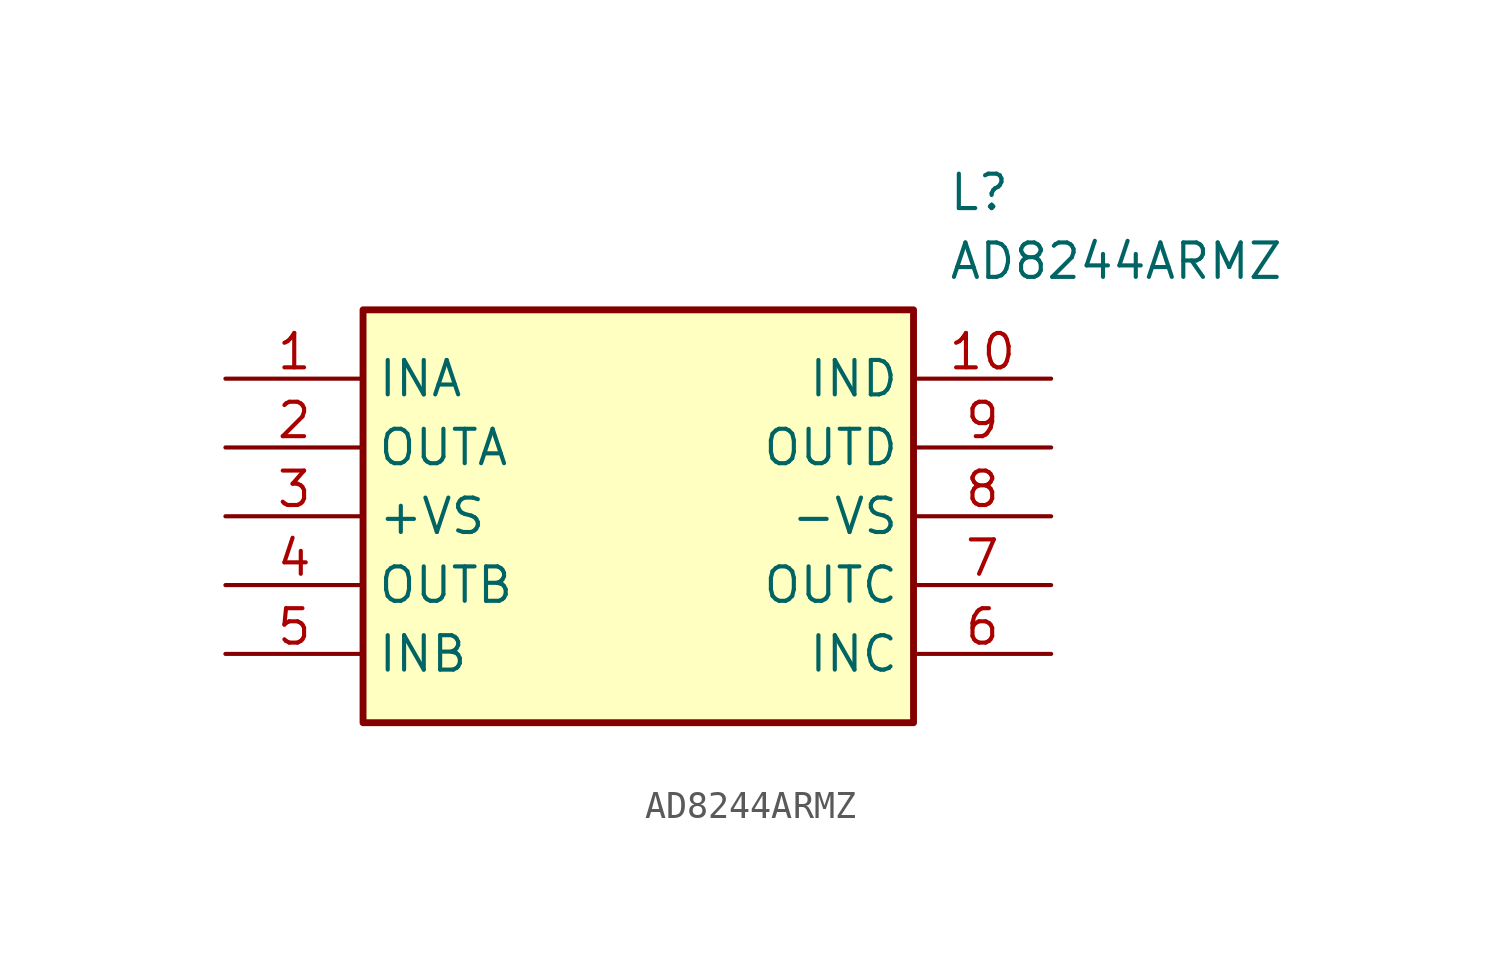
<source format=kicad_sym>
(kicad_symbol_lib
  (version 20211014)
  (generator SamacSys_ECAD_Model)
  (symbol "AD8244ARMZ"
    (property "Reference" "L"
      (at 26.67 7.62 0)
      (effects (font (size 1.27 1.27)) (justify left top)))
    (property "Value" "AD8244ARMZ"
      (at 26.67 5.08 0)
      (effects (font (size 1.27 1.27)) (justify left top)))
    (rectangle
      (start 5.08 2.54)
      (end 25.4 -12.7)
      (stroke (width 0.254) (type default))
      (fill (type background)))
    (pin passive line
      (at 0 0 0)
      (length 5.08)
      (name "INA" (effects (font (size 1.27 1.27))))
      (number "1" (effects (font (size 1.27 1.27)))))
    (pin passive line
      (at 0 -2.54 0)
      (length 5.08)
      (name "OUTA" (effects (font (size 1.27 1.27))))
      (number "2" (effects (font (size 1.27 1.27)))))
    (pin passive line
      (at 0 -5.08 0)
      (length 5.08)
      (name "+VS" (effects (font (size 1.27 1.27))))
      (number "3" (effects (font (size 1.27 1.27)))))
    (pin passive line
      (at 0 -7.62 0)
      (length 5.08)
      (name "OUTB" (effects (font (size 1.27 1.27))))
      (number "4" (effects (font (size 1.27 1.27)))))
    (pin passive line
      (at 0 -10.16 0)
      (length 5.08)
      (name "INB" (effects (font (size 1.27 1.27))))
      (number "5" (effects (font (size 1.27 1.27)))))
    (pin passive line
      (at 30.48 0 180)
      (length 5.08)
      (name "IND" (effects (font (size 1.27 1.27))))
      (number "10" (effects (font (size 1.27 1.27)))))
    (pin passive line
      (at 30.48 -2.54 180)
      (length 5.08)
      (name "OUTD" (effects (font (size 1.27 1.27))))
      (number "9" (effects (font (size 1.27 1.27)))))
    (pin passive line
      (at 30.48 -5.08 180)
      (length 5.08)
      (name "-VS" (effects (font (size 1.27 1.27))))
      (number "8" (effects (font (size 1.27 1.27)))))
    (pin passive line
      (at 30.48 -7.62 180)
      (length 5.08)
      (name "OUTC" (effects (font (size 1.27 1.27))))
      (number "7" (effects (font (size 1.27 1.27)))))
    (pin passive line
      (at 30.48 -10.16 180)
      (length 5.08)
      (name "INC" (effects (font (size 1.27 1.27))))
      (number "6" (effects (font (size 1.27 1.27)))))))
</source>
